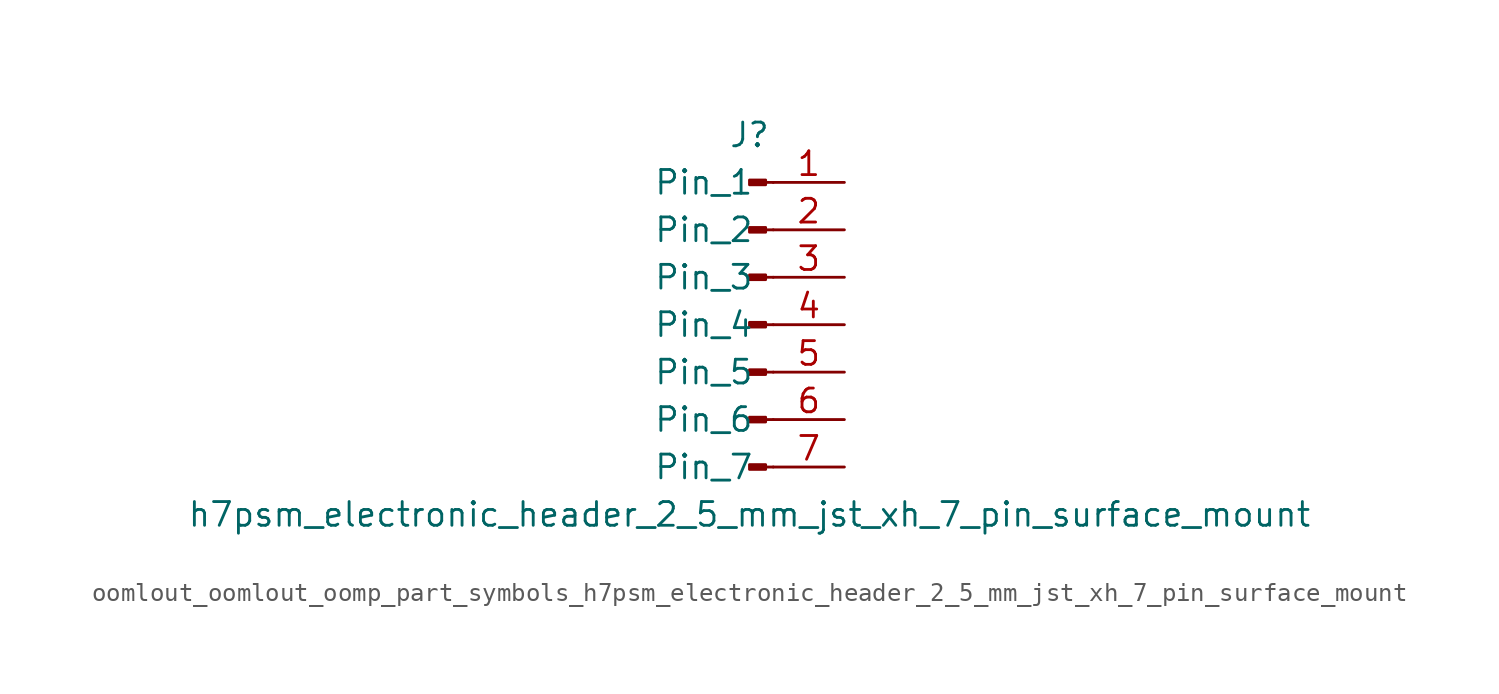
<source format=kicad_sym>
(kicad_symbol_lib
  (version 20220914)
  (generator kicad_symbol_editor)
  (symbol "oomlout_oomlout_oomp_part_symbols_h7psm_electronic_header_2_5_mm_jst_xh_7_pin_surface_mount"
    (pin_names
      (offset 1.016))
    (property "Reference" "J"
      (at 0 10.16 0)
      (effects (font (size 1.27 1.27))))
    (property "Value" "h7psm_electronic_header_2_5_mm_jst_xh_7_pin_surface_mount"
      (at 0 -10.16 0)
      (effects (font (size 1.27 1.27))))
    (property "ki_locked" ""
      (at 0 0 0)
      (effects (font (size 1.27 1.27))))
    (symbol "oomlout_oomlout_oomp_part_symbols_h7psm_electronic_header_2_5_mm_jst_xh_7_pin_surface_mount_1_1"
      (polyline (pts (xy 1.27 -7.62) (xy 0.864 -7.62)) (stroke (width 0.152) (type default)) (fill (type none)))
      (polyline (pts (xy 1.27 -5.08) (xy 0.864 -5.08)) (stroke (width 0.152) (type default)) (fill (type none)))
      (polyline (pts (xy 1.27 -2.54) (xy 0.864 -2.54)) (stroke (width 0.152) (type default)) (fill (type none)))
      (polyline (pts (xy 1.27 0) (xy 0.864 0)) (stroke (width 0.152) (type default)) (fill (type none)))
      (polyline (pts (xy 1.27 2.54) (xy 0.864 2.54)) (stroke (width 0.152) (type default)) (fill (type none)))
      (polyline (pts (xy 1.27 5.08) (xy 0.864 5.08)) (stroke (width 0.152) (type default)) (fill (type none)))
      (polyline (pts (xy 1.27 7.62) (xy 0.864 7.62)) (stroke (width 0.152) (type default)) (fill (type none)))
      (rectangle (start 0.864 -7.493) (end 0 -7.747) (stroke (width 0.152) (type default)) (fill (type outline)))
      (rectangle (start 0.864 -4.953) (end 0 -5.207) (stroke (width 0.152) (type default)) (fill (type outline)))
      (rectangle (start 0.864 -2.413) (end 0 -2.667) (stroke (width 0.152) (type default)) (fill (type outline)))
      (rectangle (start 0.864 0.127) (end 0 -0.127) (stroke (width 0.152) (type default)) (fill (type outline)))
      (rectangle (start 0.864 2.667) (end 0 2.413) (stroke (width 0.152) (type default)) (fill (type outline)))
      (rectangle (start 0.864 5.207) (end 0 4.953) (stroke (width 0.152) (type default)) (fill (type outline)))
      (rectangle (start 0.864 7.747) (end 0 7.493) (stroke (width 0.152) (type default)) (fill (type outline)))
      (pin passive line (at 5.08 7.62 180) (length 3.81) (name "Pin_1" (effects (font (size 1.27 1.27)))) (number "1" (effects (font (size 1.27 1.27)))))
      (pin passive line (at 5.08 5.08 180) (length 3.81) (name "Pin_2" (effects (font (size 1.27 1.27)))) (number "2" (effects (font (size 1.27 1.27)))))
      (pin passive line (at 5.08 2.54 180) (length 3.81) (name "Pin_3" (effects (font (size 1.27 1.27)))) (number "3" (effects (font (size 1.27 1.27)))))
      (pin passive line (at 5.08 0 180) (length 3.81) (name "Pin_4" (effects (font (size 1.27 1.27)))) (number "4" (effects (font (size 1.27 1.27)))))
      (pin passive line (at 5.08 -2.54 180) (length 3.81) (name "Pin_5" (effects (font (size 1.27 1.27)))) (number "5" (effects (font (size 1.27 1.27)))))
      (pin passive line (at 5.08 -5.08 180) (length 3.81) (name "Pin_6" (effects (font (size 1.27 1.27)))) (number "6" (effects (font (size 1.27 1.27)))))
      (pin passive line (at 5.08 -7.62 180) (length 3.81) (name "Pin_7" (effects (font (size 1.27 1.27)))) (number "7" (effects (font (size 1.27 1.27))))))))
</source>
